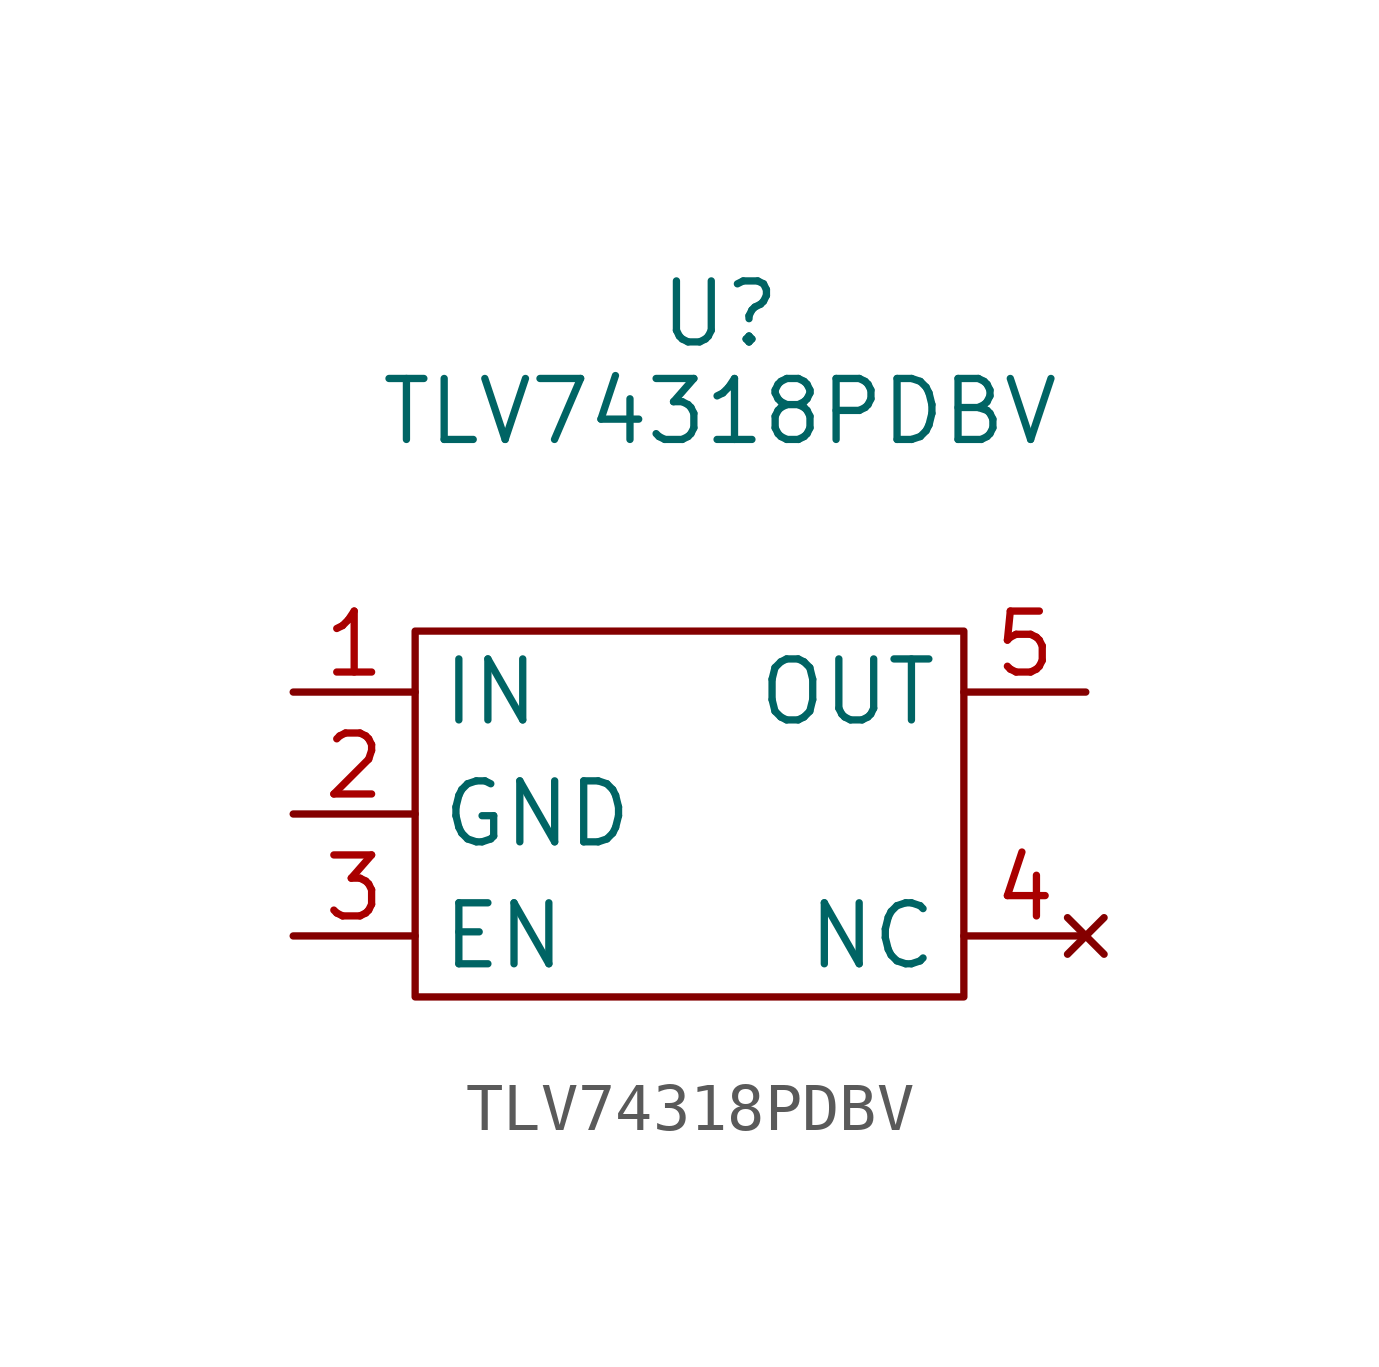
<source format=kicad_sym>
(kicad_symbol_lib
  (version 20231120)
  (generator "kicad_symbol_editor")
  (generator_version "8.0")
  (symbol "TLV74318PDBV"
    (property "Reference" "U"
      (at 0 4.064 0)
      (effects (font (size 1.27 1.27))))
    (property "Value" "TLV74318PDBV"
      (at 0 2.032 0)
      (effects (font (size 1.27 1.27))))
    (symbol "TLV74318PDBV_0_0"
      (pin power_in line (at -8.89 -3.81 0) (length 2.54) (name "IN" (effects (font (size 1.27 1.27)))) (number "1" (effects (font (size 1.27 1.27)))))
      (pin power_in line (at -8.89 -6.35 0) (length 2.54) (name "GND" (effects (font (size 1.27 1.27)))) (number "2" (effects (font (size 1.27 1.27)))))
      (pin input line (at -8.89 -8.89 0) (length 2.54) (name "EN" (effects (font (size 1.27 1.27)))) (number "3" (effects (font (size 1.27 1.27)))))
      (pin no_connect line (at 7.62 -8.89 180) (length 2.54) (name "NC" (effects (font (size 1.27 1.27)))) (number "4" (effects (font (size 1.27 1.27)))))
      (pin power_out line (at 7.62 -3.81 180) (length 2.54) (name "OUT" (effects (font (size 1.27 1.27)))) (number "5" (effects (font (size 1.27 1.27))))))
    (symbol "TLV74318PDBV_0_1"
      (rectangle (start -6.35 -2.54) (end 5.08 -10.16) (stroke (width 0) (type default)) (fill (type none))))))
</source>
